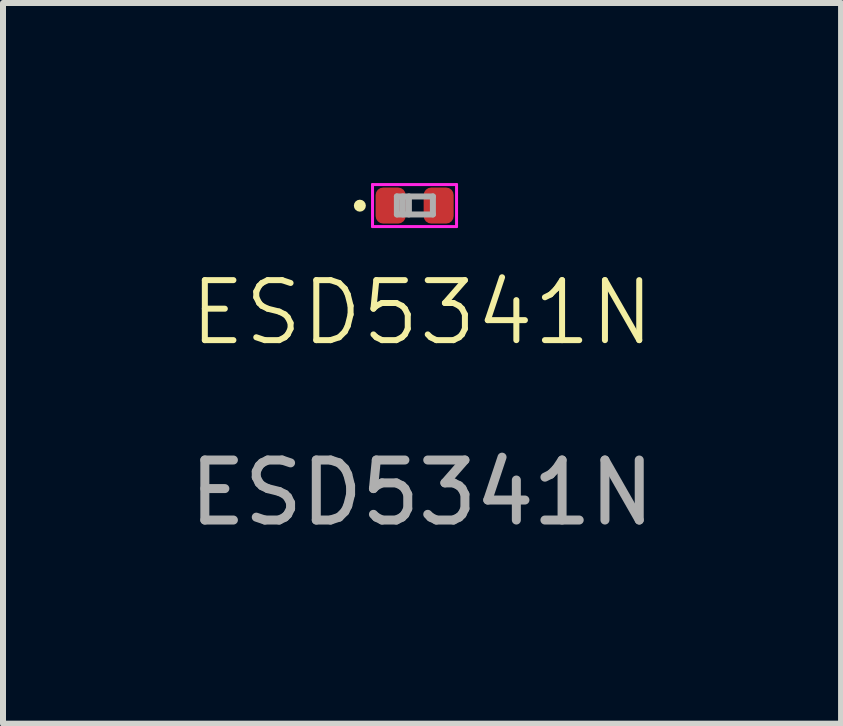
<source format=kicad_pcb>
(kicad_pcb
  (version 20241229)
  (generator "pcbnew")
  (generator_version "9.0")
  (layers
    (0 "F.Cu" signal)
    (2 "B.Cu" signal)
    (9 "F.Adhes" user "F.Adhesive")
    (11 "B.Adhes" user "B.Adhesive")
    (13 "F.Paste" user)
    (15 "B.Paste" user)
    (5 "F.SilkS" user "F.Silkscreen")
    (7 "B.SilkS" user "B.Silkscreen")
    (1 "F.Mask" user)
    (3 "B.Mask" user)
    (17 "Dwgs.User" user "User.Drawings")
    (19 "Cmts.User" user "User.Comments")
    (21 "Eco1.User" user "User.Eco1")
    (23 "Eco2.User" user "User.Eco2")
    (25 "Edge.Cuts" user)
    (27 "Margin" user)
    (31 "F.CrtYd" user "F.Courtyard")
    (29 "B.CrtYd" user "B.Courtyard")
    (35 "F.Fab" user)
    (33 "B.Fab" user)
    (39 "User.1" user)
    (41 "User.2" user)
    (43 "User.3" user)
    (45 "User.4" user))
  (footprint "ESD5341N"
    (layer "F.Cu")
    (at 4.259 0.375)
    (property "Reference" "ESD5341N" (at -0.277 1.785 0) (unlocked yes) (layer "F.SilkS") (effects (font (size 1 1) (thickness 0.1))))
    (attr smd)
    (fp_circle (center -1.313 0.002) (end -1.263 0.002) (stroke (width 0.1) (type solid)) (fill no) (layer "F.SilkS"))
    (fp_line (start -1.102 -0.35) (end 0.298 -0.35) (stroke (width 0.05) (type solid)) (layer "F.CrtYd"))
    (fp_line (start -1.102 0.35) (end -1.102 -0.35) (stroke (width 0.05) (type solid)) (layer "F.CrtYd"))
    (fp_line (start 0.298 -0.35) (end 0.298 0.35) (stroke (width 0.05) (type solid)) (layer "F.CrtYd"))
    (fp_line (start 0.298 0.35) (end -1.102 0.35) (stroke (width 0.05) (type solid)) (layer "F.CrtYd"))
    (fp_line (start -0.696 -0.152) (end -0.096 -0.152) (stroke (width 0.1) (type solid)) (layer "F.Fab"))
    (fp_line (start -0.696 0.148) (end -0.696 -0.152) (stroke (width 0.1) (type solid)) (layer "F.Fab"))
    (fp_line (start -0.596 0.148) (end -0.596 -0.152) (stroke (width 0.1) (type solid)) (layer "F.Fab"))
    (fp_line (start -0.496 0.148) (end -0.496 -0.152) (stroke (width 0.1) (type solid)) (layer "F.Fab"))
    (fp_line (start -0.096 -0.152) (end -0.096 0.148) (stroke (width 0.1) (type solid)) (layer "F.Fab"))
    (fp_line (start -0.096 0.148) (end -0.696 0.148) (stroke (width 0.1) (type solid)) (layer "F.Fab"))
    (fp_text user "${REFERENCE}" (at -0.277 4.785 0) (unlocked yes) (layer "F.Fab") (effects (font (size 1 1) (thickness 0.15))))
    (pad "" smd roundrect (at -0.8 0) (size 0.5 0.6) (layers "F.Paste") (roundrect_rratio 0.25))
    (pad "" smd roundrect (at 0 0) (size 0.5 0.6) (layers "F.Paste") (roundrect_rratio 0.25))
    (pad "1" smd roundrect (at -0.8 0) (size 0.5 0.6) (layers "F.Cu" "F.Mask") (roundrect_rratio 0.25))
    (pad "2" smd roundrect (at 0 0) (size 0.5 0.6) (layers "F.Cu" "F.Mask") (roundrect_rratio 0.25)))
  (gr_rect
    (start -3 -3)
    (end 10.964 9.008)
    (stroke (width 0.1) (type default))
    (fill no)
    (layer "Edge.Cuts")))
</source>
